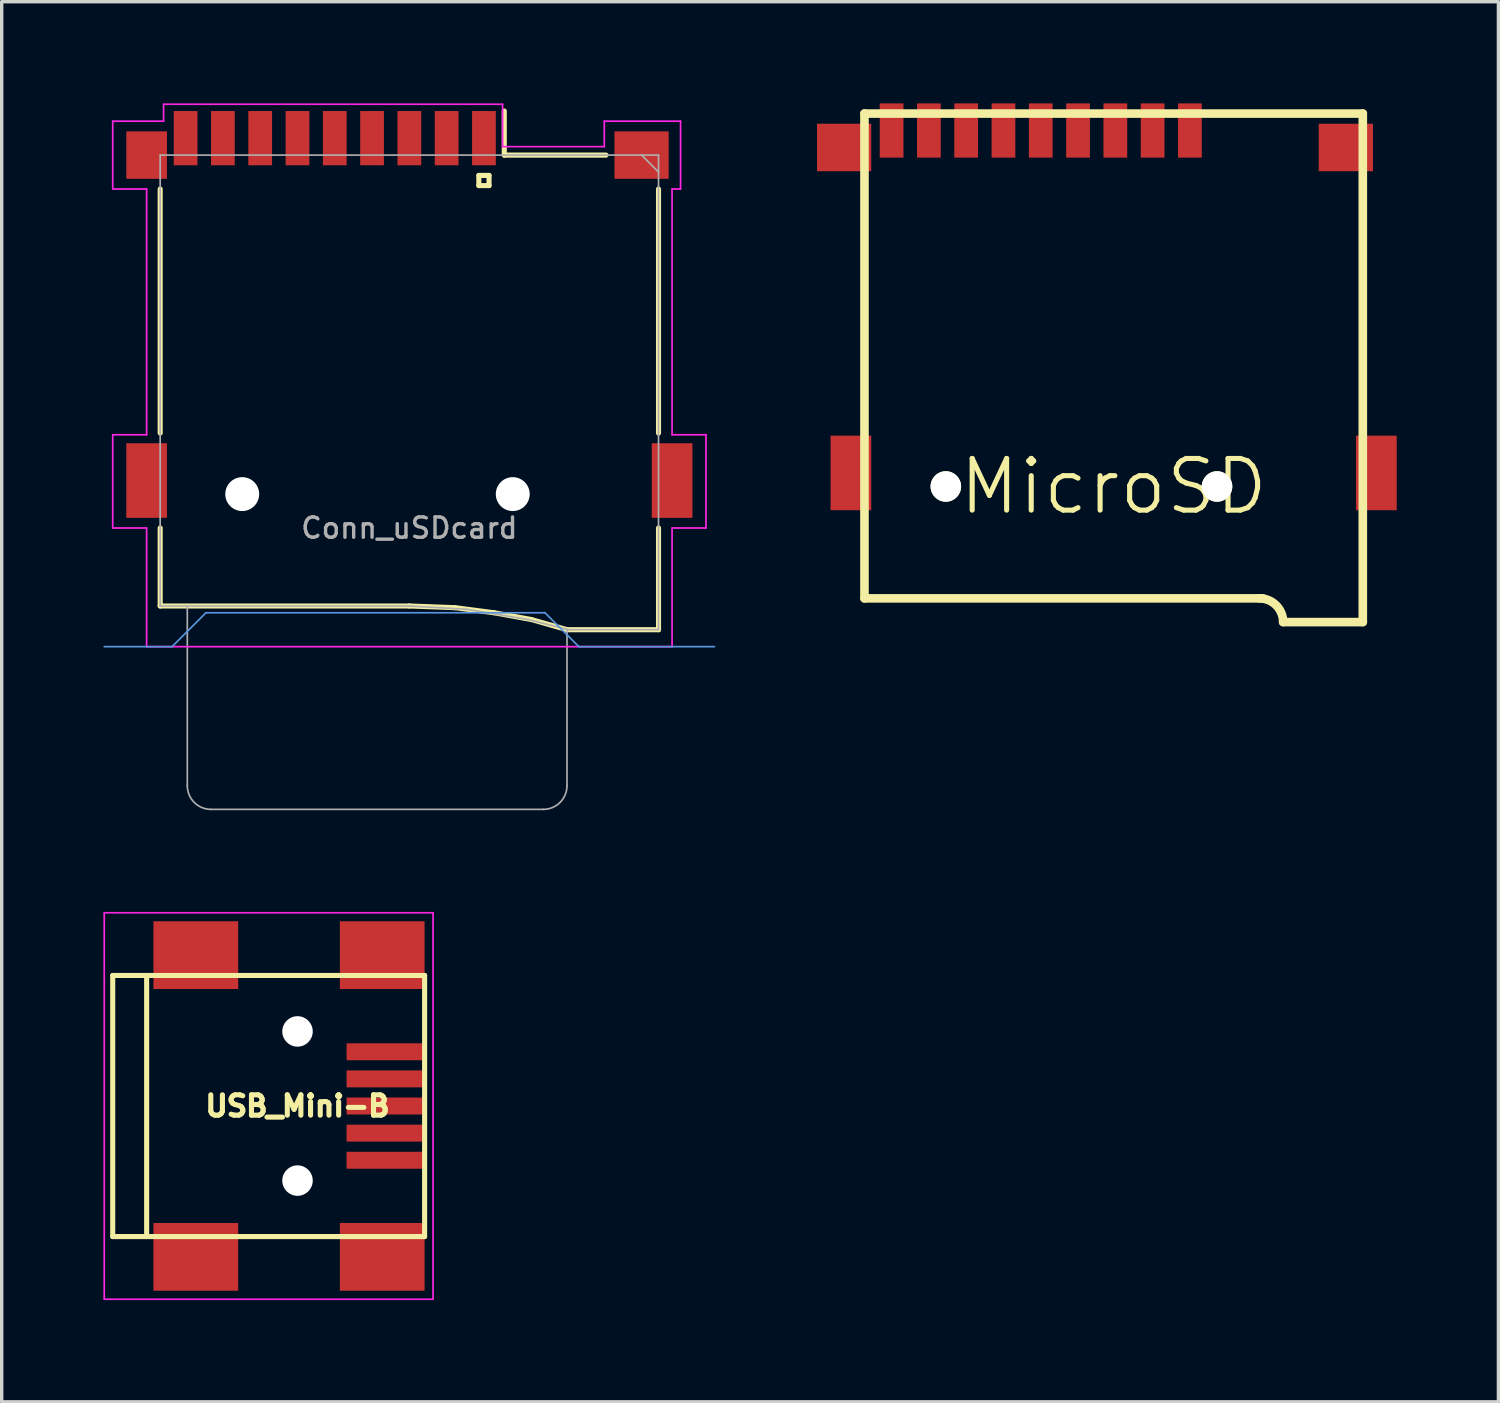
<source format=kicad_pcb>
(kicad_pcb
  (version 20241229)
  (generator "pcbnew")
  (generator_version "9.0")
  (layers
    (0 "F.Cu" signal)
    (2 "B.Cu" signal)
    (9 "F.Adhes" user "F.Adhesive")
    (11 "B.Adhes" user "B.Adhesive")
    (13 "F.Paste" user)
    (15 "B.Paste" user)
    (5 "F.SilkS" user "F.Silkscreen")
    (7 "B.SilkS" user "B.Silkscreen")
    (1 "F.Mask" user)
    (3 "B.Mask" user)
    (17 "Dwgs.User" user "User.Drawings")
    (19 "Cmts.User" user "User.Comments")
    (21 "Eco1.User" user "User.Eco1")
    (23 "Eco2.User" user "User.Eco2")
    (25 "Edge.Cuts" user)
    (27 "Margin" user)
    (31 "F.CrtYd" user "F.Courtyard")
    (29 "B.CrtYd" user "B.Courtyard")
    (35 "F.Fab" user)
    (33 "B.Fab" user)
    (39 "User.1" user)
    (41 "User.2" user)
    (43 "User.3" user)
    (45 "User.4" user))
  (footprint "USB_Mini-B"
    (layer "F.Cu")
    (at 4.875 29.575)
    (property "Reference" "USB_Mini-B" (at 0.85 0 0) (layer "F.SilkS") (effects (font (size 0.6 0.6) (thickness 0.15))))
    (attr smd)
    (fp_line (start -4.6 -3.851) (end -4.6 3.851) (stroke (width 0.15) (type solid)) (layer "F.SilkS"))
    (fp_line (start -4.6 3.851) (end 4.6 3.851) (stroke (width 0.15) (type solid)) (layer "F.SilkS"))
    (fp_line (start -3.599 -3.851) (end -3.599 3.851) (stroke (width 0.15) (type solid)) (layer "F.SilkS"))
    (fp_line (start 4.6 -3.851) (end -4.6 -3.851) (stroke (width 0.15) (type solid)) (layer "F.SilkS"))
    (fp_line (start 4.6 3.851) (end 4.6 -3.851) (stroke (width 0.15) (type solid)) (layer "F.SilkS"))
    (fp_line (start -4.85 -5.7) (end 4.85 -5.7) (stroke (width 0.05) (type solid)) (layer "F.CrtYd"))
    (fp_line (start -4.85 5.7) (end -4.85 -5.7) (stroke (width 0.05) (type solid)) (layer "F.CrtYd"))
    (fp_line (start 4.85 -5.7) (end 4.85 5.7) (stroke (width 0.05) (type solid)) (layer "F.CrtYd"))
    (fp_line (start 4.85 5.7) (end -4.85 5.7) (stroke (width 0.05) (type solid)) (layer "F.CrtYd"))
    (pad "" np_thru_hole circle (at 0.851 -2.2) (size 0.899 0.899) (drill 0.899) (layers "*.Cu" "*.Mask"))
    (pad "" np_thru_hole circle (at 0.851 2.2) (size 0.899 0.899) (drill 0.899) (layers "*.Cu" "*.Mask"))
    (pad "1" smd rect (at 3.449 -1.6) (size 2.301 0.5) (layers "F.Cu" "F.Mask" "F.Paste"))
    (pad "2" smd rect (at 3.449 -0.8) (size 2.301 0.5) (layers "F.Cu" "F.Mask" "F.Paste"))
    (pad "3" smd rect (at 3.449 0) (size 2.301 0.5) (layers "F.Cu" "F.Mask" "F.Paste"))
    (pad "4" smd rect (at 3.449 0.8) (size 2.301 0.5) (layers "F.Cu" "F.Mask" "F.Paste"))
    (pad "5" smd rect (at 3.449 1.6) (size 2.301 0.5) (layers "F.Cu" "F.Mask" "F.Paste"))
    (pad "6" smd rect (at -2.149 -4.45) (size 2.499 1.999) (layers "F.Cu" "F.Mask" "F.Paste"))
    (pad "6" smd rect (at -2.149 4.45) (size 2.499 1.999) (layers "F.Cu" "F.Mask" "F.Paste"))
    (pad "6" smd rect (at 3.35 -4.45) (size 2.499 1.999) (layers "F.Cu" "F.Mask" "F.Paste"))
    (pad "6" smd rect (at 3.35 4.45) (size 2.499 1.999) (layers "F.Cu" "F.Mask" "F.Paste")))
  (footprint "MicroSD"
    (layer "F.Cu")
    (at 29.8 11.3)
    (property "Reference" "MicroSD" (at 0 0 0) (layer "F.SilkS") (effects (font (size 1.524 1.524) (thickness 0.15))))
    (attr through_hole)
    (fp_line (start -7.35 -11) (end 7.35 -11) (stroke (width 0.254) (type solid)) (layer "F.SilkS"))
    (fp_line (start -7.35 3.3) (end -7.35 -11) (stroke (width 0.254) (type solid)) (layer "F.SilkS"))
    (fp_line (start -7.35 3.3) (end 4.4 3.3) (stroke (width 0.254) (type solid)) (layer "F.SilkS"))
    (fp_line (start 7.35 -11) (end 7.35 4) (stroke (width 0.254) (type solid)) (layer "F.SilkS"))
    (fp_line (start 7.35 4) (end 5 4) (stroke (width 0.254) (type solid)) (layer "F.SilkS"))
    (fp_arc (start 4.3 3.3) (mid 4.794975 3.505025) (end 5 4) (stroke (width 0.254) (type solid)) (layer "F.SilkS"))
    (pad "" np_thru_hole circle (at -4.95 0) (size 0.9 0.9) (drill 0.9) (layers "*.Cu" "*.Mask" "F.SilkS"))
    (pad "" np_thru_hole circle (at 3.05 0) (size 0.9 0.9) (drill 0.9) (layers "*.Cu" "*.Mask" "F.SilkS"))
    (pad "1" smd rect (at 2.25 -10.5) (size 0.7 1.6) (layers "F.Cu" "F.Mask" "F.Paste"))
    (pad "2" smd rect (at 1.15 -10.5) (size 0.7 1.6) (layers "F.Cu" "F.Mask" "F.Paste"))
    (pad "3" smd rect (at 0.05 -10.5) (size 0.7 1.6) (layers "F.Cu" "F.Mask" "F.Paste"))
    (pad "4" smd rect (at -1.05 -10.5) (size 0.7 1.6) (layers "F.Cu" "F.Mask" "F.Paste"))
    (pad "5" smd rect (at -2.15 -10.5) (size 0.7 1.6) (layers "F.Cu" "F.Mask" "F.Paste"))
    (pad "6" smd rect (at -3.25 -10.5) (size 0.7 1.6) (layers "F.Cu" "F.Mask" "F.Paste"))
    (pad "7" smd rect (at -4.35 -10.5) (size 0.7 1.6) (layers "F.Cu" "F.Mask" "F.Paste"))
    (pad "8" smd rect (at -5.45 -10.5) (size 0.7 1.6) (layers "F.Cu" "F.Mask" "F.Paste"))
    (pad "CD" smd rect (at -6.55 -10.5) (size 0.7 1.6) (layers "F.Cu" "F.Mask" "F.Paste"))
    (pad "G" smd rect (at -7.95 -10) (size 1.6 1.4) (layers "F.Cu" "F.Mask" "F.Paste"))
    (pad "P$1" smd rect (at 7.75 -0.4) (size 1.2 2.2) (layers "F.Cu" "F.Mask" "F.Paste"))
    (pad "P$2" smd rect (at -7.75 -0.4) (size 1.2 2.2) (layers "F.Cu" "F.Mask" "F.Paste"))
    (pad "P$3" smd rect (at 6.85 -10) (size 1.6 1.4) (layers "F.Cu" "F.Mask" "F.Paste")))
  (footprint "Conn_uSDcard"
    (layer "F.Cu")
    (at 9.025 11.525)
    (property "Reference" "Conn_uSDcard" (at 0 1 180) (layer "F.Fab") (effects (font (size 0.6 0.6) (thickness 0.1))))
    (attr through_hole)
    (fp_line (start -7.35 -1.8) (end -7.35 -9) (stroke (width 0.15) (type solid)) (layer "F.SilkS"))
    (fp_line (start -7.35 1) (end -7.35 3.3) (stroke (width 0.15) (type solid)) (layer "F.SilkS"))
    (fp_line (start -7.35 3.3) (end 0 3.3) (stroke (width 0.15) (type solid)) (layer "F.SilkS"))
    (fp_line (start 0 3.3) (end 1.35 3.35) (stroke (width 0.15) (type solid)) (layer "F.SilkS"))
    (fp_line (start 1.35 3.35) (end 2.5 3.5) (stroke (width 0.15) (type solid)) (layer "F.SilkS"))
    (fp_line (start 2.05 -9.4) (end 2.05 -9.1) (stroke (width 0.15) (type solid)) (layer "F.SilkS"))
    (fp_line (start 2.05 -9.1) (end 2.35 -9.1) (stroke (width 0.15) (type solid)) (layer "F.SilkS"))
    (fp_line (start 2.35 -9.4) (end 2.05 -9.4) (stroke (width 0.15) (type solid)) (layer "F.SilkS"))
    (fp_line (start 2.35 -9.1) (end 2.35 -9.4) (stroke (width 0.15) (type solid)) (layer "F.SilkS"))
    (fp_line (start 2.5 3.5) (end 3.6 3.7) (stroke (width 0.15) (type solid)) (layer "F.SilkS"))
    (fp_line (start 2.8 -10) (end 2.8 -11.3) (stroke (width 0.15) (type solid)) (layer "F.SilkS"))
    (fp_line (start 2.8 -10) (end 5.8 -10) (stroke (width 0.15) (type solid)) (layer "F.SilkS"))
    (fp_line (start 3.6 3.7) (end 4.65 4) (stroke (width 0.15) (type solid)) (layer "F.SilkS"))
    (fp_line (start 4.65 4) (end 7.35 4) (stroke (width 0.15) (type solid)) (layer "F.SilkS"))
    (fp_line (start 7.35 -9) (end 7.35 -1.8) (stroke (width 0.15) (type solid)) (layer "F.SilkS"))
    (fp_line (start 7.35 4) (end 7.35 1) (stroke (width 0.15) (type solid)) (layer "F.SilkS"))
    (fp_line (start -9 4.5) (end -7 4.5) (stroke (width 0.05) (type solid)) (layer "Cmts.User"))
    (fp_line (start -7 4.5) (end -6 3.5) (stroke (width 0.05) (type solid)) (layer "Cmts.User"))
    (fp_line (start -6 3.5) (end 4 3.5) (stroke (width 0.05) (type solid)) (layer "Cmts.User"))
    (fp_line (start 4 3.5) (end 5 4.5) (stroke (width 0.05) (type solid)) (layer "Cmts.User"))
    (fp_line (start 5 4.5) (end 9 4.5) (stroke (width 0.05) (type solid)) (layer "Cmts.User"))
    (fp_line (start -8.75 -11) (end -7.25 -11) (stroke (width 0.05) (type solid)) (layer "F.CrtYd"))
    (fp_line (start -8.75 -9) (end -8.75 -11) (stroke (width 0.05) (type solid)) (layer "F.CrtYd"))
    (fp_line (start -8.75 -1.75) (end -7.75 -1.75) (stroke (width 0.05) (type solid)) (layer "F.CrtYd"))
    (fp_line (start -8.75 1) (end -8.75 -1.75) (stroke (width 0.05) (type solid)) (layer "F.CrtYd"))
    (fp_line (start -7.75 -9) (end -8.75 -9) (stroke (width 0.05) (type solid)) (layer "F.CrtYd"))
    (fp_line (start -7.75 -1.75) (end -7.75 -9) (stroke (width 0.05) (type solid)) (layer "F.CrtYd"))
    (fp_line (start -7.75 1) (end -8.75 1) (stroke (width 0.05) (type solid)) (layer "F.CrtYd"))
    (fp_line (start -7.75 4.5) (end -7.75 1) (stroke (width 0.05) (type solid)) (layer "F.CrtYd"))
    (fp_line (start -7.75 4.5) (end 7.75 4.5) (stroke (width 0.05) (type solid)) (layer "F.CrtYd"))
    (fp_line (start -7.25 -11.5) (end 2.75 -11.5) (stroke (width 0.05) (type solid)) (layer "F.CrtYd"))
    (fp_line (start -7.25 -11) (end -7.25 -11.5) (stroke (width 0.05) (type solid)) (layer "F.CrtYd"))
    (fp_line (start 2.75 -11.5) (end 2.75 -10.25) (stroke (width 0.05) (type solid)) (layer "F.CrtYd"))
    (fp_line (start 2.75 -10.25) (end 5.75 -10.25) (stroke (width 0.05) (type solid)) (layer "F.CrtYd"))
    (fp_line (start 5.75 -11) (end 8 -11) (stroke (width 0.05) (type solid)) (layer "F.CrtYd"))
    (fp_line (start 5.75 -10.25) (end 5.75 -11) (stroke (width 0.05) (type solid)) (layer "F.CrtYd"))
    (fp_line (start 7.75 -9) (end 7.75 -1.75) (stroke (width 0.05) (type solid)) (layer "F.CrtYd"))
    (fp_line (start 7.75 -1.75) (end 8.75 -1.75) (stroke (width 0.05) (type solid)) (layer "F.CrtYd"))
    (fp_line (start 7.75 1) (end 7.75 4.5) (stroke (width 0.05) (type solid)) (layer "F.CrtYd"))
    (fp_line (start 8 -11) (end 8 -9) (stroke (width 0.05) (type solid)) (layer "F.CrtYd"))
    (fp_line (start 8 -9) (end 7.75 -9) (stroke (width 0.05) (type solid)) (layer "F.CrtYd"))
    (fp_line (start 8.75 -1.75) (end 8.75 1) (stroke (width 0.05) (type solid)) (layer "F.CrtYd"))
    (fp_line (start 8.75 1) (end 7.75 1) (stroke (width 0.05) (type solid)) (layer "F.CrtYd"))
    (fp_line (start -7.35 -10) (end -7.35 3.3) (stroke (width 0.05) (type solid)) (layer "F.Fab"))
    (fp_line (start -7.35 -10) (end 7.35 -10) (stroke (width 0.05) (type solid)) (layer "F.Fab"))
    (fp_line (start -7.35 3.3) (end 0 3.3) (stroke (width 0.05) (type solid)) (layer "F.Fab"))
    (fp_line (start -6.55 8.6) (end -6.55 3.3) (stroke (width 0.05) (type solid)) (layer "F.Fab"))
    (fp_line (start -5.85 9.3) (end 3.95 9.3) (stroke (width 0.05) (type solid)) (layer "F.Fab"))
    (fp_line (start 0 3.3) (end 1.7 3.4) (stroke (width 0.05) (type solid)) (layer "F.Fab"))
    (fp_line (start 1.7 3.4) (end 3.5 3.7) (stroke (width 0.05) (type solid)) (layer "F.Fab"))
    (fp_line (start 3.5 3.7) (end 4.7 4) (stroke (width 0.05) (type solid)) (layer "F.Fab"))
    (fp_line (start 4.65 4) (end 7.35 4) (stroke (width 0.05) (type solid)) (layer "F.Fab"))
    (fp_line (start 4.65 8.6) (end 4.65 4) (stroke (width 0.05) (type solid)) (layer "F.Fab"))
    (fp_line (start 7.35 -10) (end 7.35 4) (stroke (width 0.05) (type solid)) (layer "F.Fab"))
    (fp_line (start 7.35 -9.5) (end 6.85 -10) (stroke (width 0.05) (type solid)) (layer "F.Fab"))
    (fp_arc (start -5.85 9.3) (mid -6.344975 9.094975) (end -6.55 8.6) (stroke (width 0.05) (type solid)) (layer "F.Fab"))
    (fp_arc (start 4.65 8.6) (mid 4.444975 9.094975) (end 3.95 9.3) (stroke (width 0.05) (type solid)) (layer "F.Fab"))
    (fp_text user "${REFERENCE}" (at 2.1 -9.35 180) (layer "Eco1.User") (effects (font (size 0.3 0.3) (thickness 0.03))))
    (pad "" np_thru_hole circle (at -4.93 0) (size 1 1) (drill 1) (layers "*.Cu" "*.Mask"))
    (pad "" np_thru_hole circle (at 3.05 0) (size 1 1) (drill 1) (layers "*.Cu" "*.Mask"))
    (pad "1" smd rect (at 2.2 -10.5) (size 0.7 1.6) (layers "F.Cu" "F.Mask" "F.Paste"))
    (pad "2" smd rect (at 1.1 -10.5) (size 0.7 1.6) (layers "F.Cu" "F.Mask" "F.Paste"))
    (pad "3" smd rect (at 0 -10.5) (size 0.7 1.6) (layers "F.Cu" "F.Mask" "F.Paste"))
    (pad "4" smd rect (at -1.1 -10.5) (size 0.7 1.6) (layers "F.Cu" "F.Mask" "F.Paste"))
    (pad "5" smd rect (at -2.2 -10.5) (size 0.7 1.6) (layers "F.Cu" "F.Mask" "F.Paste"))
    (pad "6" smd rect (at -7.75 -10) (size 1.2 1.4) (layers "F.Cu" "F.Mask" "F.Paste"))
    (pad "6" smd rect (at -7.75 -0.4) (size 1.2 2.2) (layers "F.Cu" "F.Mask" "F.Paste"))
    (pad "6" smd rect (at -3.3 -10.5) (size 0.7 1.6) (layers "F.Cu" "F.Mask" "F.Paste"))
    (pad "6" smd rect (at 6.85 -10) (size 1.6 1.4) (layers "F.Cu" "F.Mask" "F.Paste"))
    (pad "6" smd rect (at 7.75 -0.4) (size 1.2 2.2) (layers "F.Cu" "F.Mask" "F.Paste"))
    (pad "7" smd rect (at -4.4 -10.5) (size 0.7 1.6) (layers "F.Cu" "F.Mask" "F.Paste"))
    (pad "8" smd rect (at -5.5 -10.5) (size 0.7 1.6) (layers "F.Cu" "F.Mask" "F.Paste"))
    (pad "9" smd rect (at -6.6 -10.5) (size 0.7 1.6) (layers "F.Cu" "F.Mask" "F.Paste")))
  (gr_rect
    (start -3 -3)
    (end 41.15 38.3)
    (stroke (width 0.1) (type default))
    (fill no)
    (layer "Edge.Cuts")))
</source>
